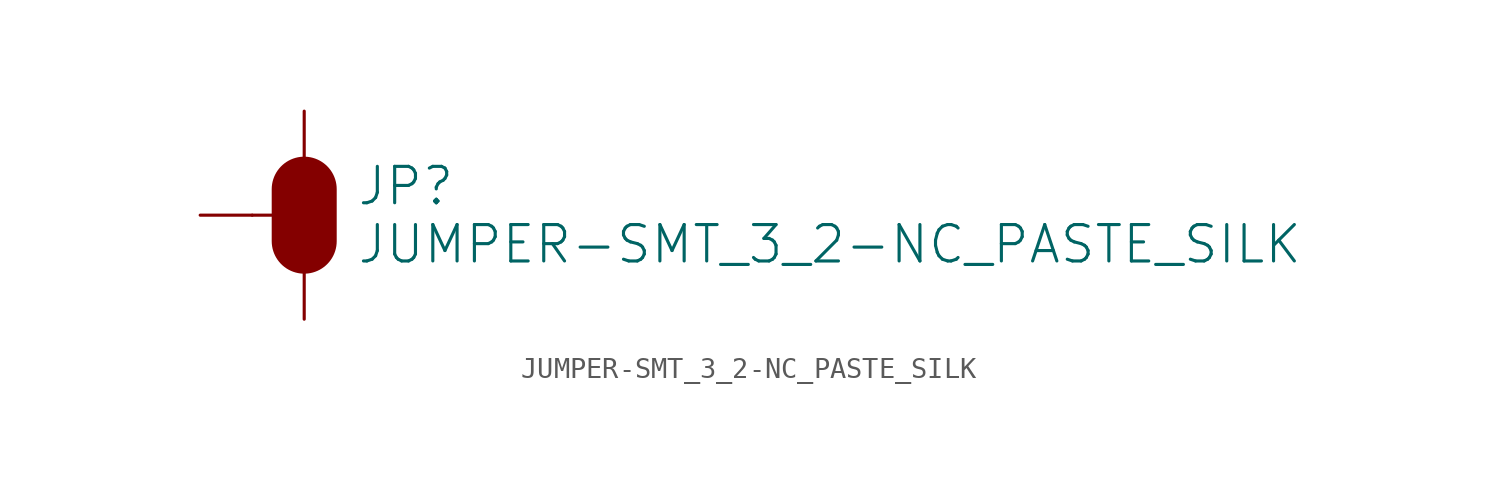
<source format=kicad_sym>
(kicad_symbol_lib
  (version 20211014)
  (generator kicad_symbol_editor)
  (symbol "JUMPER-SMT_3_2-NC_PASTE_SILK"
    (property "Reference" "JP"
      (at 2.54 0.381 0)
      (effects (font (size 1.778 1.778)) (justify left bottom)))
    (property "Value" "JUMPER-SMT_3_2-NC_PASTE_SILK"
      (at 2.54 -0.381 0)
      (effects (font (size 1.778 1.778)) (justify left top)))
    (property "ki_locked" ""
      (at 0 0 0)
      (effects (font (size 1.27 1.27))))
    (symbol "JUMPER-SMT_3_2-NC_PASTE_SILK_1_0"
      (rectangle (start -1.27 -0.635) (end 1.27 0.635) (stroke (width 0) (type default) (color 0 0 0 0)) (fill (type outline)))
      (polyline (pts (xy -2.54 0) (xy -1.27 0)) (stroke (width 0.152) (type default) (color 0 0 0 0)) (fill (type none)))
      (polyline (pts (xy -1.27 -0.635) (xy -1.27 0)) (stroke (width 0.152) (type default) (color 0 0 0 0)) (fill (type none)))
      (polyline (pts (xy -1.27 0) (xy -1.27 0.635)) (stroke (width 0.152) (type default) (color 0 0 0 0)) (fill (type none)))
      (polyline (pts (xy -1.27 0.635) (xy 1.27 0.635)) (stroke (width 0.152) (type default) (color 0 0 0 0)) (fill (type none)))
      (polyline (pts (xy 0 1.27) (xy 0 -1.27)) (stroke (width 3.175) (type default) (color 0 0 0 0)) (fill (type none)))
      (polyline (pts (xy 1.27 -0.635) (xy -1.27 -0.635)) (stroke (width 0.152) (type default) (color 0 0 0 0)) (fill (type none)))
      (polyline (pts (xy 1.27 0.635) (xy 1.27 -0.635)) (stroke (width 0.152) (type default) (color 0 0 0 0)) (fill (type none)))
      (arc (start 1.27 -1.397) (mid 0 -0.127) (end -1.27 -1.397) (stroke (width 0.0001) (type default) (color 0 0 0 0)) (fill (type outline)))
      (arc (start 1.27 1.397) (mid 0 2.667) (end -1.27 1.397) (stroke (width 0.0001) (type default) (color 0 0 0 0)) (fill (type outline)))
      (pin passive line (at 0 5.08 270) (length 2.54) (name "1" (effects (font (size 0 0)))) (number "1" (effects (font (size 0 0)))))
      (pin passive line (at -5.08 0 0) (length 2.54) (name "2" (effects (font (size 0 0)))) (number "2" (effects (font (size 0 0)))))
      (pin passive line (at 0 -5.08 90) (length 2.54) (name "3" (effects (font (size 0 0)))) (number "3" (effects (font (size 0 0))))))))
</source>
